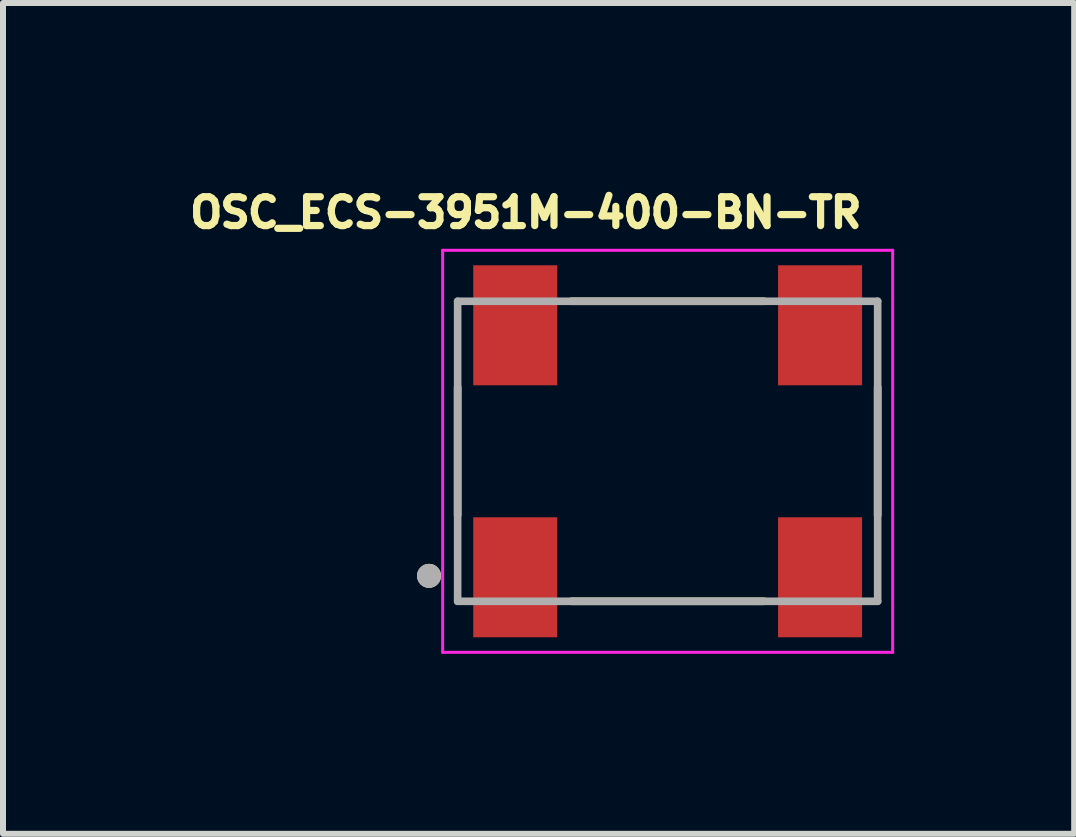
<source format=kicad_pcb>
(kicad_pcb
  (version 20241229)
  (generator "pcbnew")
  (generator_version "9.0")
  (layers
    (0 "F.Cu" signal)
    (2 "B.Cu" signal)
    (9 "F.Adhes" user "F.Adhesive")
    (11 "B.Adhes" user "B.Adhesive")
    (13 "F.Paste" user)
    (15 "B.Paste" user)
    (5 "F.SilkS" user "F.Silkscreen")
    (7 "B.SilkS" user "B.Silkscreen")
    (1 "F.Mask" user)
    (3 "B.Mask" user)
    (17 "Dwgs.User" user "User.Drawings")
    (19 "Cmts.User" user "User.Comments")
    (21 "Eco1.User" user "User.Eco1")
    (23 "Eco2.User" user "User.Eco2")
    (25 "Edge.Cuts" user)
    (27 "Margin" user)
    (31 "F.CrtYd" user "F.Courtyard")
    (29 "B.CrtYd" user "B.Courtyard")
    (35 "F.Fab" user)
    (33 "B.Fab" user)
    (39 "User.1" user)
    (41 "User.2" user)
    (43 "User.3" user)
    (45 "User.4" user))
  (footprint "OSC_ECS-3951M-400-BN-TR"
    (layer "F.Cu")
    (at 8.077 4.471)
    (property "Reference" "OSC_ECS-3951M-400-BN-TR" (at -2.364 -3.978 0) (layer "F.SilkS") (effects (font (size 0.481 0.481) (thickness 0.15))))
    (attr smd)
    (fp_line (start -3.5 -1.065) (end -3.5 1.065) (stroke (width 0.127) (type solid)) (layer "F.SilkS"))
    (fp_line (start -1.605 -2.5) (end 1.605 -2.5) (stroke (width 0.127) (type solid)) (layer "F.SilkS"))
    (fp_line (start -1.605 2.5) (end 1.605 2.5) (stroke (width 0.127) (type solid)) (layer "F.SilkS"))
    (fp_line (start 3.5 -1.065) (end 3.5 1.065) (stroke (width 0.127) (type solid)) (layer "F.SilkS"))
    (fp_circle (center -3.977 2.076) (end -3.877 2.076) (stroke (width 0.2) (type solid)) (fill no) (layer "F.SilkS"))
    (fp_line (start -3.75 -3.35) (end -3.75 3.35) (stroke (width 0.05) (type solid)) (layer "F.CrtYd"))
    (fp_line (start -3.75 -3.35) (end 3.75 -3.35) (stroke (width 0.05) (type solid)) (layer "F.CrtYd"))
    (fp_line (start -3.75 3.35) (end 3.75 3.35) (stroke (width 0.05) (type solid)) (layer "F.CrtYd"))
    (fp_line (start 3.75 3.35) (end 3.75 -3.35) (stroke (width 0.05) (type solid)) (layer "F.CrtYd"))
    (fp_line (start -3.5 -2.5) (end 3.5 -2.5) (stroke (width 0.127) (type solid)) (layer "F.Fab"))
    (fp_line (start -3.5 2.5) (end -3.5 -2.5) (stroke (width 0.127) (type solid)) (layer "F.Fab"))
    (fp_line (start 3.5 -2.5) (end 3.5 2.5) (stroke (width 0.127) (type solid)) (layer "F.Fab"))
    (fp_line (start 3.5 2.5) (end -3.5 2.5) (stroke (width 0.127) (type solid)) (layer "F.Fab"))
    (fp_circle (center -3.977 2.076) (end -3.877 2.076) (stroke (width 0.2) (type solid)) (fill no) (layer "F.Fab"))
    (pad "1" smd rect (at -2.54 2.1) (size 1.4 2) (layers "F.Cu" "F.Mask" "F.Paste"))
    (pad "2" smd rect (at 2.54 2.1) (size 1.4 2) (layers "F.Cu" "F.Mask" "F.Paste"))
    (pad "3" smd rect (at 2.54 -2.1) (size 1.4 2) (layers "F.Cu" "F.Mask" "F.Paste"))
    (pad "4" smd rect (at -2.54 -2.1) (size 1.4 2) (layers "F.Cu" "F.Mask" "F.Paste")))
  (gr_rect
    (start -3 -3)
    (end 14.852 10.846)
    (stroke (width 0.1) (type default))
    (fill no)
    (layer "Edge.Cuts")))
</source>
